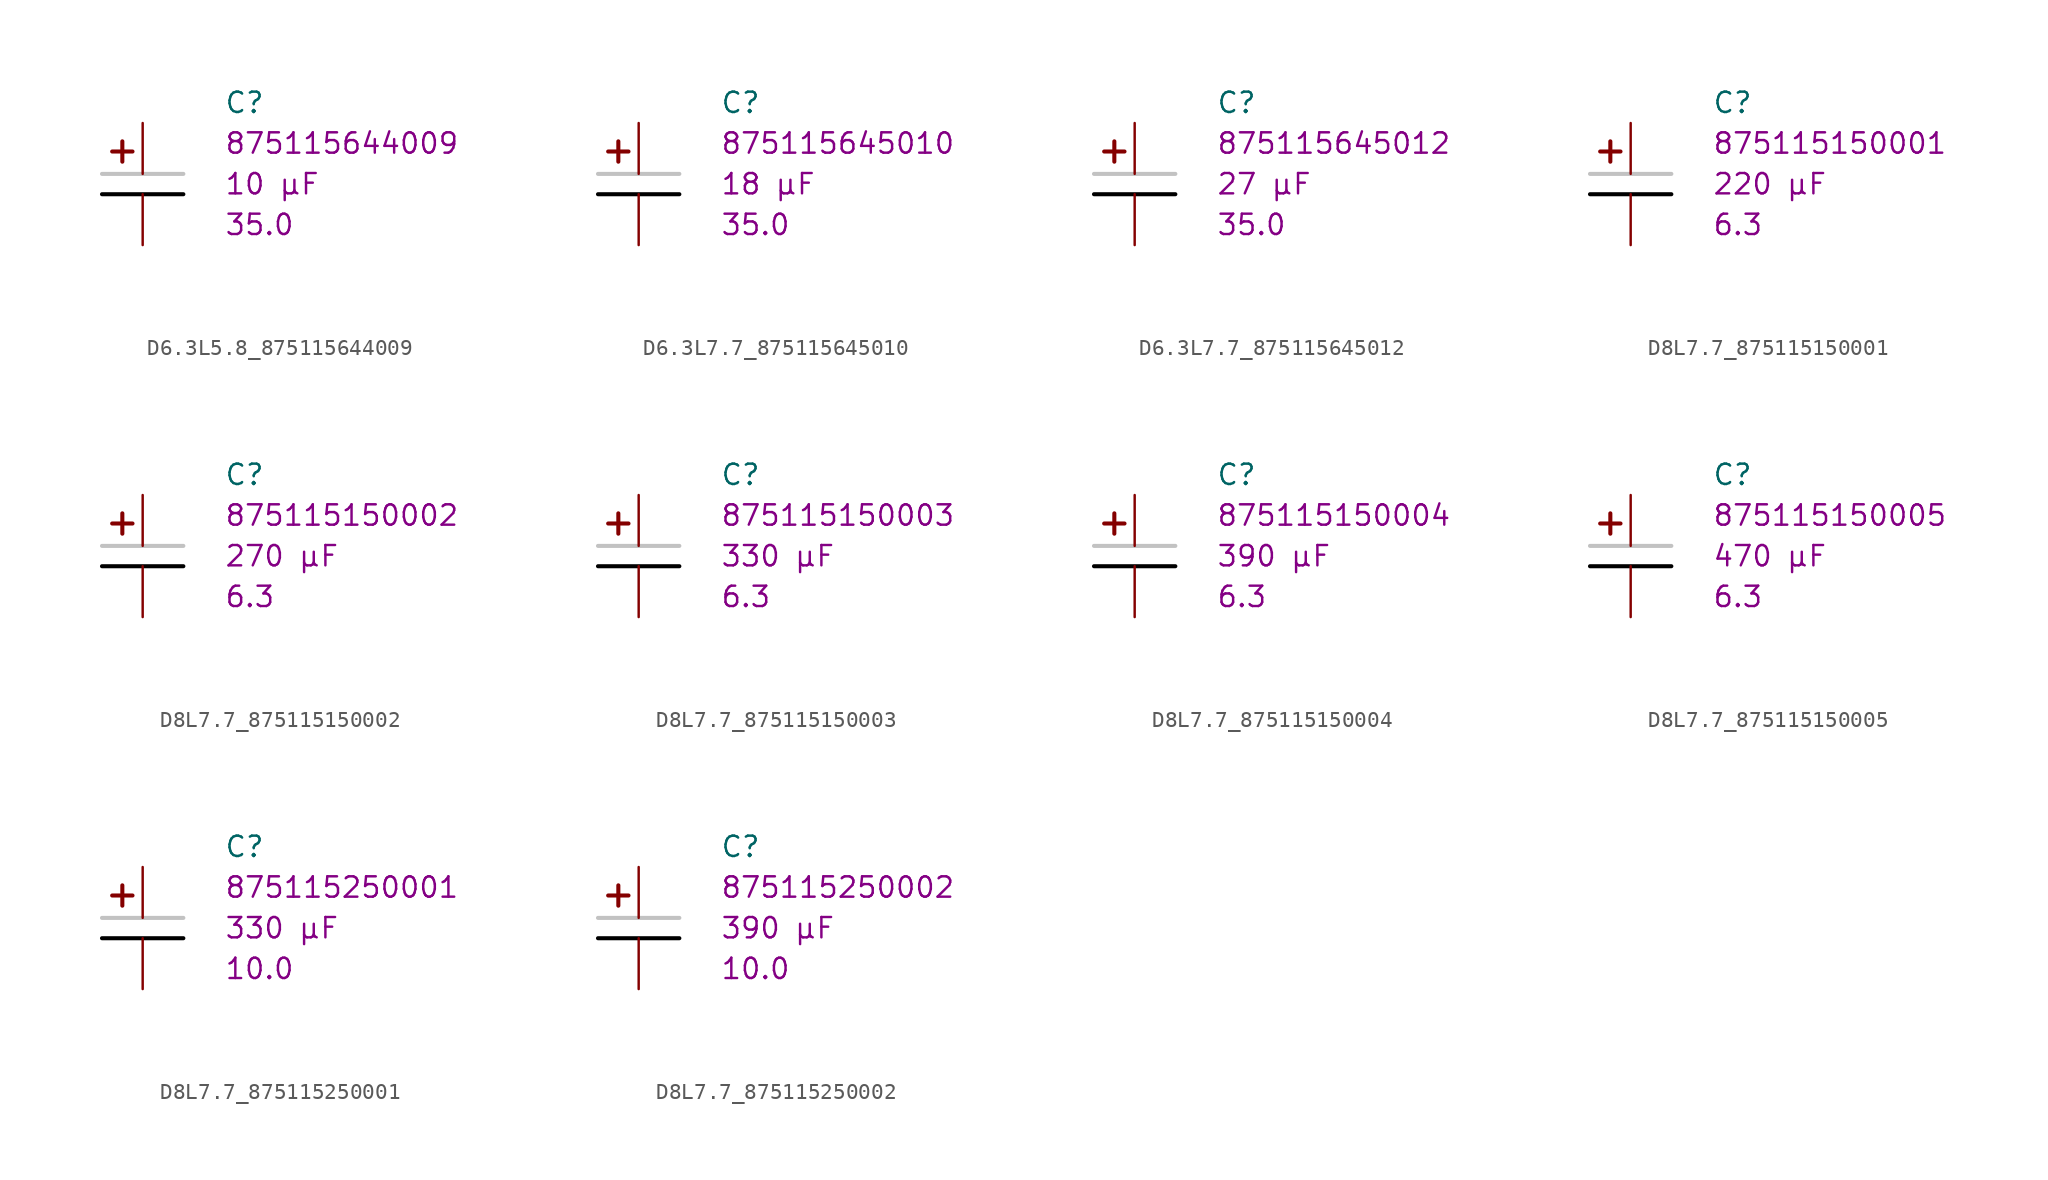
<source format=kicad_sym>
(kicad_symbol_lib
  (version 20220914)
  (generator kicad_symbol_editor)
  (symbol "D6.3L5.8_875115644009"
    (pin_numbers hide)
    (pin_names hide)
    (property "Reference" "C"
      (at 5.08 5.08 0)
      (effects (font (size 1.27 1.27)) (justify left)))
    (property "Part Number" "875115644009"
      (at 5.08 2.54 0)
      (effects (font (size 1.27 1.27)) (justify left)))
    (property "Capacitance" "10 µF"
      (at 5.08 0 0)
      (effects (font (size 1.27 1.27)) (justify left)))
    (property "Voltage" "35.0"
      (at 5.08 -2.54 0)
      (effects (font (size 1.27 1.27)) (justify left)))
    (property "Critical Parameter" ""
      (at 0 -7.62 0)
      (effects (font (size 1.27 1.27))))
    (symbol "D6.3L5.8_875115644009_1_1"
      (polyline (pts (xy -1.27 2.667) (xy -1.27 1.397)) (stroke (width 0.254) (type default)) (fill (type none)))
      (polyline (pts (xy -0.635 2.032) (xy -1.905 2.032)) (stroke (width 0.254) (type default)) (fill (type none)))
      (polyline (pts (xy 2.54 -0.635) (xy -2.54 -0.635)) (stroke (width 0.254) (type default) (color 0 0 0 1)) (fill (type none)))
      (polyline (pts (xy 2.54 0.635) (xy -2.54 0.635)) (stroke (width 0.254) (type default) (color 194 194 194 1)) (fill (type none)))
      (pin passive line (at 0 3.81 270) (length 3.175) (name "1" (effects (font (size 1.27 1.27)))) (number "1" (effects (font (size 1.27 1.27)))))
      (pin passive line (at 0 -3.81 90) (length 3.175) (name "2" (effects (font (size 1.27 1.27)))) (number "2" (effects (font (size 1.27 1.27)))))))
  (symbol "D6.3L7.7_875115645010"
    (pin_numbers hide)
    (pin_names hide)
    (property "Reference" "C"
      (at 5.08 5.08 0)
      (effects (font (size 1.27 1.27)) (justify left)))
    (property "Part Number" "875115645010"
      (at 5.08 2.54 0)
      (effects (font (size 1.27 1.27)) (justify left)))
    (property "Capacitance" "18 µF"
      (at 5.08 0 0)
      (effects (font (size 1.27 1.27)) (justify left)))
    (property "Voltage" "35.0"
      (at 5.08 -2.54 0)
      (effects (font (size 1.27 1.27)) (justify left)))
    (property "Critical Parameter" ""
      (at 0 -7.62 0)
      (effects (font (size 1.27 1.27))))
    (symbol "D6.3L7.7_875115645010_1_1"
      (polyline (pts (xy -1.27 2.667) (xy -1.27 1.397)) (stroke (width 0.254) (type default)) (fill (type none)))
      (polyline (pts (xy -0.635 2.032) (xy -1.905 2.032)) (stroke (width 0.254) (type default)) (fill (type none)))
      (polyline (pts (xy 2.54 -0.635) (xy -2.54 -0.635)) (stroke (width 0.254) (type default) (color 0 0 0 1)) (fill (type none)))
      (polyline (pts (xy 2.54 0.635) (xy -2.54 0.635)) (stroke (width 0.254) (type default) (color 194 194 194 1)) (fill (type none)))
      (pin passive line (at 0 3.81 270) (length 3.175) (name "1" (effects (font (size 1.27 1.27)))) (number "1" (effects (font (size 1.27 1.27)))))
      (pin passive line (at 0 -3.81 90) (length 3.175) (name "2" (effects (font (size 1.27 1.27)))) (number "2" (effects (font (size 1.27 1.27)))))))
  (symbol "D6.3L7.7_875115645012"
    (pin_numbers hide)
    (pin_names hide)
    (property "Reference" "C"
      (at 5.08 5.08 0)
      (effects (font (size 1.27 1.27)) (justify left)))
    (property "Part Number" "875115645012"
      (at 5.08 2.54 0)
      (effects (font (size 1.27 1.27)) (justify left)))
    (property "Capacitance" "27 µF"
      (at 5.08 0 0)
      (effects (font (size 1.27 1.27)) (justify left)))
    (property "Voltage" "35.0"
      (at 5.08 -2.54 0)
      (effects (font (size 1.27 1.27)) (justify left)))
    (property "Critical Parameter" ""
      (at 0 -7.62 0)
      (effects (font (size 1.27 1.27))))
    (symbol "D6.3L7.7_875115645012_1_1"
      (polyline (pts (xy -1.27 2.667) (xy -1.27 1.397)) (stroke (width 0.254) (type default)) (fill (type none)))
      (polyline (pts (xy -0.635 2.032) (xy -1.905 2.032)) (stroke (width 0.254) (type default)) (fill (type none)))
      (polyline (pts (xy 2.54 -0.635) (xy -2.54 -0.635)) (stroke (width 0.254) (type default) (color 0 0 0 1)) (fill (type none)))
      (polyline (pts (xy 2.54 0.635) (xy -2.54 0.635)) (stroke (width 0.254) (type default) (color 194 194 194 1)) (fill (type none)))
      (pin passive line (at 0 3.81 270) (length 3.175) (name "1" (effects (font (size 1.27 1.27)))) (number "1" (effects (font (size 1.27 1.27)))))
      (pin passive line (at 0 -3.81 90) (length 3.175) (name "2" (effects (font (size 1.27 1.27)))) (number "2" (effects (font (size 1.27 1.27)))))))
  (symbol "D8L7.7_875115150001"
    (pin_numbers hide)
    (pin_names hide)
    (property "Reference" "C"
      (at 5.08 5.08 0)
      (effects (font (size 1.27 1.27)) (justify left)))
    (property "Part Number" "875115150001"
      (at 5.08 2.54 0)
      (effects (font (size 1.27 1.27)) (justify left)))
    (property "Capacitance" "220 µF"
      (at 5.08 0 0)
      (effects (font (size 1.27 1.27)) (justify left)))
    (property "Voltage" "6.3"
      (at 5.08 -2.54 0)
      (effects (font (size 1.27 1.27)) (justify left)))
    (property "Critical Parameter" ""
      (at 0 -7.62 0)
      (effects (font (size 1.27 1.27))))
    (symbol "D8L7.7_875115150001_1_1"
      (polyline (pts (xy -1.27 2.667) (xy -1.27 1.397)) (stroke (width 0.254) (type default)) (fill (type none)))
      (polyline (pts (xy -0.635 2.032) (xy -1.905 2.032)) (stroke (width 0.254) (type default)) (fill (type none)))
      (polyline (pts (xy 2.54 -0.635) (xy -2.54 -0.635)) (stroke (width 0.254) (type default) (color 0 0 0 1)) (fill (type none)))
      (polyline (pts (xy 2.54 0.635) (xy -2.54 0.635)) (stroke (width 0.254) (type default) (color 194 194 194 1)) (fill (type none)))
      (pin passive line (at 0 3.81 270) (length 3.175) (name "1" (effects (font (size 1.27 1.27)))) (number "1" (effects (font (size 1.27 1.27)))))
      (pin passive line (at 0 -3.81 90) (length 3.175) (name "2" (effects (font (size 1.27 1.27)))) (number "2" (effects (font (size 1.27 1.27)))))))
  (symbol "D8L7.7_875115150002"
    (pin_numbers hide)
    (pin_names hide)
    (property "Reference" "C"
      (at 5.08 5.08 0)
      (effects (font (size 1.27 1.27)) (justify left)))
    (property "Part Number" "875115150002"
      (at 5.08 2.54 0)
      (effects (font (size 1.27 1.27)) (justify left)))
    (property "Capacitance" "270 µF"
      (at 5.08 0 0)
      (effects (font (size 1.27 1.27)) (justify left)))
    (property "Voltage" "6.3"
      (at 5.08 -2.54 0)
      (effects (font (size 1.27 1.27)) (justify left)))
    (property "Critical Parameter" ""
      (at 0 -7.62 0)
      (effects (font (size 1.27 1.27))))
    (symbol "D8L7.7_875115150002_1_1"
      (polyline (pts (xy -1.27 2.667) (xy -1.27 1.397)) (stroke (width 0.254) (type default)) (fill (type none)))
      (polyline (pts (xy -0.635 2.032) (xy -1.905 2.032)) (stroke (width 0.254) (type default)) (fill (type none)))
      (polyline (pts (xy 2.54 -0.635) (xy -2.54 -0.635)) (stroke (width 0.254) (type default) (color 0 0 0 1)) (fill (type none)))
      (polyline (pts (xy 2.54 0.635) (xy -2.54 0.635)) (stroke (width 0.254) (type default) (color 194 194 194 1)) (fill (type none)))
      (pin passive line (at 0 3.81 270) (length 3.175) (name "1" (effects (font (size 1.27 1.27)))) (number "1" (effects (font (size 1.27 1.27)))))
      (pin passive line (at 0 -3.81 90) (length 3.175) (name "2" (effects (font (size 1.27 1.27)))) (number "2" (effects (font (size 1.27 1.27)))))))
  (symbol "D8L7.7_875115150003"
    (pin_numbers hide)
    (pin_names hide)
    (property "Reference" "C"
      (at 5.08 5.08 0)
      (effects (font (size 1.27 1.27)) (justify left)))
    (property "Part Number" "875115150003"
      (at 5.08 2.54 0)
      (effects (font (size 1.27 1.27)) (justify left)))
    (property "Capacitance" "330 µF"
      (at 5.08 0 0)
      (effects (font (size 1.27 1.27)) (justify left)))
    (property "Voltage" "6.3"
      (at 5.08 -2.54 0)
      (effects (font (size 1.27 1.27)) (justify left)))
    (property "Critical Parameter" ""
      (at 0 -7.62 0)
      (effects (font (size 1.27 1.27))))
    (symbol "D8L7.7_875115150003_1_1"
      (polyline (pts (xy -1.27 2.667) (xy -1.27 1.397)) (stroke (width 0.254) (type default)) (fill (type none)))
      (polyline (pts (xy -0.635 2.032) (xy -1.905 2.032)) (stroke (width 0.254) (type default)) (fill (type none)))
      (polyline (pts (xy 2.54 -0.635) (xy -2.54 -0.635)) (stroke (width 0.254) (type default) (color 0 0 0 1)) (fill (type none)))
      (polyline (pts (xy 2.54 0.635) (xy -2.54 0.635)) (stroke (width 0.254) (type default) (color 194 194 194 1)) (fill (type none)))
      (pin passive line (at 0 3.81 270) (length 3.175) (name "1" (effects (font (size 1.27 1.27)))) (number "1" (effects (font (size 1.27 1.27)))))
      (pin passive line (at 0 -3.81 90) (length 3.175) (name "2" (effects (font (size 1.27 1.27)))) (number "2" (effects (font (size 1.27 1.27)))))))
  (symbol "D8L7.7_875115150004"
    (pin_numbers hide)
    (pin_names hide)
    (property "Reference" "C"
      (at 5.08 5.08 0)
      (effects (font (size 1.27 1.27)) (justify left)))
    (property "Part Number" "875115150004"
      (at 5.08 2.54 0)
      (effects (font (size 1.27 1.27)) (justify left)))
    (property "Capacitance" "390 µF"
      (at 5.08 0 0)
      (effects (font (size 1.27 1.27)) (justify left)))
    (property "Voltage" "6.3"
      (at 5.08 -2.54 0)
      (effects (font (size 1.27 1.27)) (justify left)))
    (property "Critical Parameter" ""
      (at 0 -7.62 0)
      (effects (font (size 1.27 1.27))))
    (symbol "D8L7.7_875115150004_1_1"
      (polyline (pts (xy -1.27 2.667) (xy -1.27 1.397)) (stroke (width 0.254) (type default)) (fill (type none)))
      (polyline (pts (xy -0.635 2.032) (xy -1.905 2.032)) (stroke (width 0.254) (type default)) (fill (type none)))
      (polyline (pts (xy 2.54 -0.635) (xy -2.54 -0.635)) (stroke (width 0.254) (type default) (color 0 0 0 1)) (fill (type none)))
      (polyline (pts (xy 2.54 0.635) (xy -2.54 0.635)) (stroke (width 0.254) (type default) (color 194 194 194 1)) (fill (type none)))
      (pin passive line (at 0 3.81 270) (length 3.175) (name "1" (effects (font (size 1.27 1.27)))) (number "1" (effects (font (size 1.27 1.27)))))
      (pin passive line (at 0 -3.81 90) (length 3.175) (name "2" (effects (font (size 1.27 1.27)))) (number "2" (effects (font (size 1.27 1.27)))))))
  (symbol "D8L7.7_875115150005"
    (pin_numbers hide)
    (pin_names hide)
    (property "Reference" "C"
      (at 5.08 5.08 0)
      (effects (font (size 1.27 1.27)) (justify left)))
    (property "Part Number" "875115150005"
      (at 5.08 2.54 0)
      (effects (font (size 1.27 1.27)) (justify left)))
    (property "Capacitance" "470 µF"
      (at 5.08 0 0)
      (effects (font (size 1.27 1.27)) (justify left)))
    (property "Voltage" "6.3"
      (at 5.08 -2.54 0)
      (effects (font (size 1.27 1.27)) (justify left)))
    (property "Critical Parameter" ""
      (at 0 -7.62 0)
      (effects (font (size 1.27 1.27))))
    (symbol "D8L7.7_875115150005_1_1"
      (polyline (pts (xy -1.27 2.667) (xy -1.27 1.397)) (stroke (width 0.254) (type default)) (fill (type none)))
      (polyline (pts (xy -0.635 2.032) (xy -1.905 2.032)) (stroke (width 0.254) (type default)) (fill (type none)))
      (polyline (pts (xy 2.54 -0.635) (xy -2.54 -0.635)) (stroke (width 0.254) (type default) (color 0 0 0 1)) (fill (type none)))
      (polyline (pts (xy 2.54 0.635) (xy -2.54 0.635)) (stroke (width 0.254) (type default) (color 194 194 194 1)) (fill (type none)))
      (pin passive line (at 0 3.81 270) (length 3.175) (name "1" (effects (font (size 1.27 1.27)))) (number "1" (effects (font (size 1.27 1.27)))))
      (pin passive line (at 0 -3.81 90) (length 3.175) (name "2" (effects (font (size 1.27 1.27)))) (number "2" (effects (font (size 1.27 1.27)))))))
  (symbol "D8L7.7_875115250001"
    (pin_numbers hide)
    (pin_names hide)
    (property "Reference" "C"
      (at 5.08 5.08 0)
      (effects (font (size 1.27 1.27)) (justify left)))
    (property "Part Number" "875115250001"
      (at 5.08 2.54 0)
      (effects (font (size 1.27 1.27)) (justify left)))
    (property "Capacitance" "330 µF"
      (at 5.08 0 0)
      (effects (font (size 1.27 1.27)) (justify left)))
    (property "Voltage" "10.0"
      (at 5.08 -2.54 0)
      (effects (font (size 1.27 1.27)) (justify left)))
    (property "Critical Parameter" ""
      (at 0 -7.62 0)
      (effects (font (size 1.27 1.27))))
    (symbol "D8L7.7_875115250001_1_1"
      (polyline (pts (xy -1.27 2.667) (xy -1.27 1.397)) (stroke (width 0.254) (type default)) (fill (type none)))
      (polyline (pts (xy -0.635 2.032) (xy -1.905 2.032)) (stroke (width 0.254) (type default)) (fill (type none)))
      (polyline (pts (xy 2.54 -0.635) (xy -2.54 -0.635)) (stroke (width 0.254) (type default) (color 0 0 0 1)) (fill (type none)))
      (polyline (pts (xy 2.54 0.635) (xy -2.54 0.635)) (stroke (width 0.254) (type default) (color 194 194 194 1)) (fill (type none)))
      (pin passive line (at 0 3.81 270) (length 3.175) (name "1" (effects (font (size 1.27 1.27)))) (number "1" (effects (font (size 1.27 1.27)))))
      (pin passive line (at 0 -3.81 90) (length 3.175) (name "2" (effects (font (size 1.27 1.27)))) (number "2" (effects (font (size 1.27 1.27)))))))
  (symbol "D8L7.7_875115250002"
    (pin_numbers hide)
    (pin_names hide)
    (property "Reference" "C"
      (at 5.08 5.08 0)
      (effects (font (size 1.27 1.27)) (justify left)))
    (property "Part Number" "875115250002"
      (at 5.08 2.54 0)
      (effects (font (size 1.27 1.27)) (justify left)))
    (property "Capacitance" "390 µF"
      (at 5.08 0 0)
      (effects (font (size 1.27 1.27)) (justify left)))
    (property "Voltage" "10.0"
      (at 5.08 -2.54 0)
      (effects (font (size 1.27 1.27)) (justify left)))
    (property "Critical Parameter" ""
      (at 0 -7.62 0)
      (effects (font (size 1.27 1.27))))
    (symbol "D8L7.7_875115250002_1_1"
      (polyline (pts (xy -1.27 2.667) (xy -1.27 1.397)) (stroke (width 0.254) (type default)) (fill (type none)))
      (polyline (pts (xy -0.635 2.032) (xy -1.905 2.032)) (stroke (width 0.254) (type default)) (fill (type none)))
      (polyline (pts (xy 2.54 -0.635) (xy -2.54 -0.635)) (stroke (width 0.254) (type default) (color 0 0 0 1)) (fill (type none)))
      (polyline (pts (xy 2.54 0.635) (xy -2.54 0.635)) (stroke (width 0.254) (type default) (color 194 194 194 1)) (fill (type none)))
      (pin passive line (at 0 3.81 270) (length 3.175) (name "1" (effects (font (size 1.27 1.27)))) (number "1" (effects (font (size 1.27 1.27)))))
      (pin passive line (at 0 -3.81 90) (length 3.175) (name "2" (effects (font (size 1.27 1.27)))) (number "2" (effects (font (size 1.27 1.27))))))))
</source>
